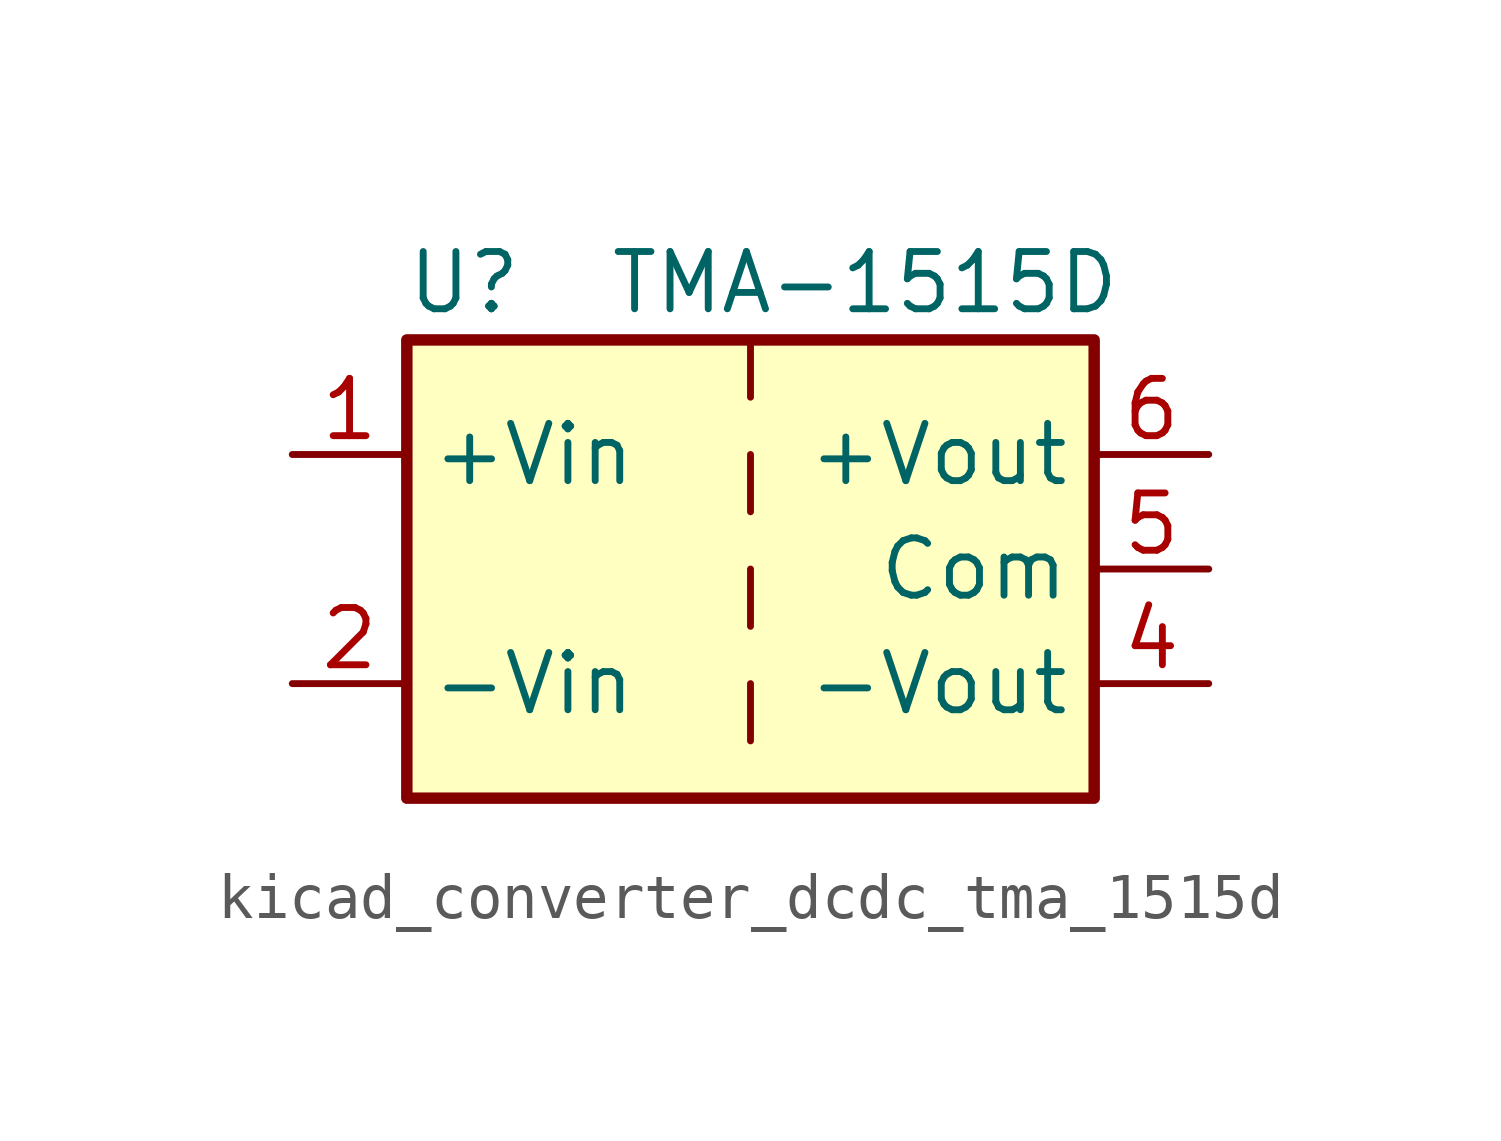
<source format=kicad_sym>
(kicad_symbol_lib
  (version 20220914)
  (generator kicad_symbol_editor)
  (symbol "kicad_converter_dcdc_tma_1515d"
    (property "Reference" "U"
      (at -6.35 6.35 0)
      (effects (font (size 1.27 1.27))))
    (property "Value" "TMA-1515D"
      (at 2.54 6.35 0)
      (effects (font (size 1.27 1.27))))
    (symbol "kicad_converter_dcdc_tma_1515d_0_1"
      (rectangle (start -7.62 5.08) (end 7.62 -5.08) (stroke (width 0.254) (type default)) (fill (type background)))
      (polyline (pts (xy 0 -2.54) (xy 0 -3.81)) (stroke (width 0) (type default)) (fill (type none)))
      (polyline (pts (xy 0 0) (xy 0 -1.27)) (stroke (width 0) (type default)) (fill (type none)))
      (polyline (pts (xy 0 2.54) (xy 0 1.27)) (stroke (width 0) (type default)) (fill (type none)))
      (polyline (pts (xy 0 5.08) (xy 0 3.81)) (stroke (width 0) (type default)) (fill (type none))))
    (symbol "kicad_converter_dcdc_tma_1515d_1_1"
      (pin power_in line (at -10.16 2.54 0) (length 2.54) (name "+Vin" (effects (font (size 1.27 1.27)))) (number "1" (effects (font (size 1.27 1.27)))))
      (pin power_in line (at -10.16 -2.54 0) (length 2.54) (name "-Vin" (effects (font (size 1.27 1.27)))) (number "2" (effects (font (size 1.27 1.27)))))
      (pin power_out line (at 10.16 -2.54 180) (length 2.54) (name "-Vout" (effects (font (size 1.27 1.27)))) (number "4" (effects (font (size 1.27 1.27)))))
      (pin power_out line (at 10.16 0 180) (length 2.54) (name "Com" (effects (font (size 1.27 1.27)))) (number "5" (effects (font (size 1.27 1.27)))))
      (pin power_out line (at 10.16 2.54 180) (length 2.54) (name "+Vout" (effects (font (size 1.27 1.27)))) (number "6" (effects (font (size 1.27 1.27))))))))
</source>
